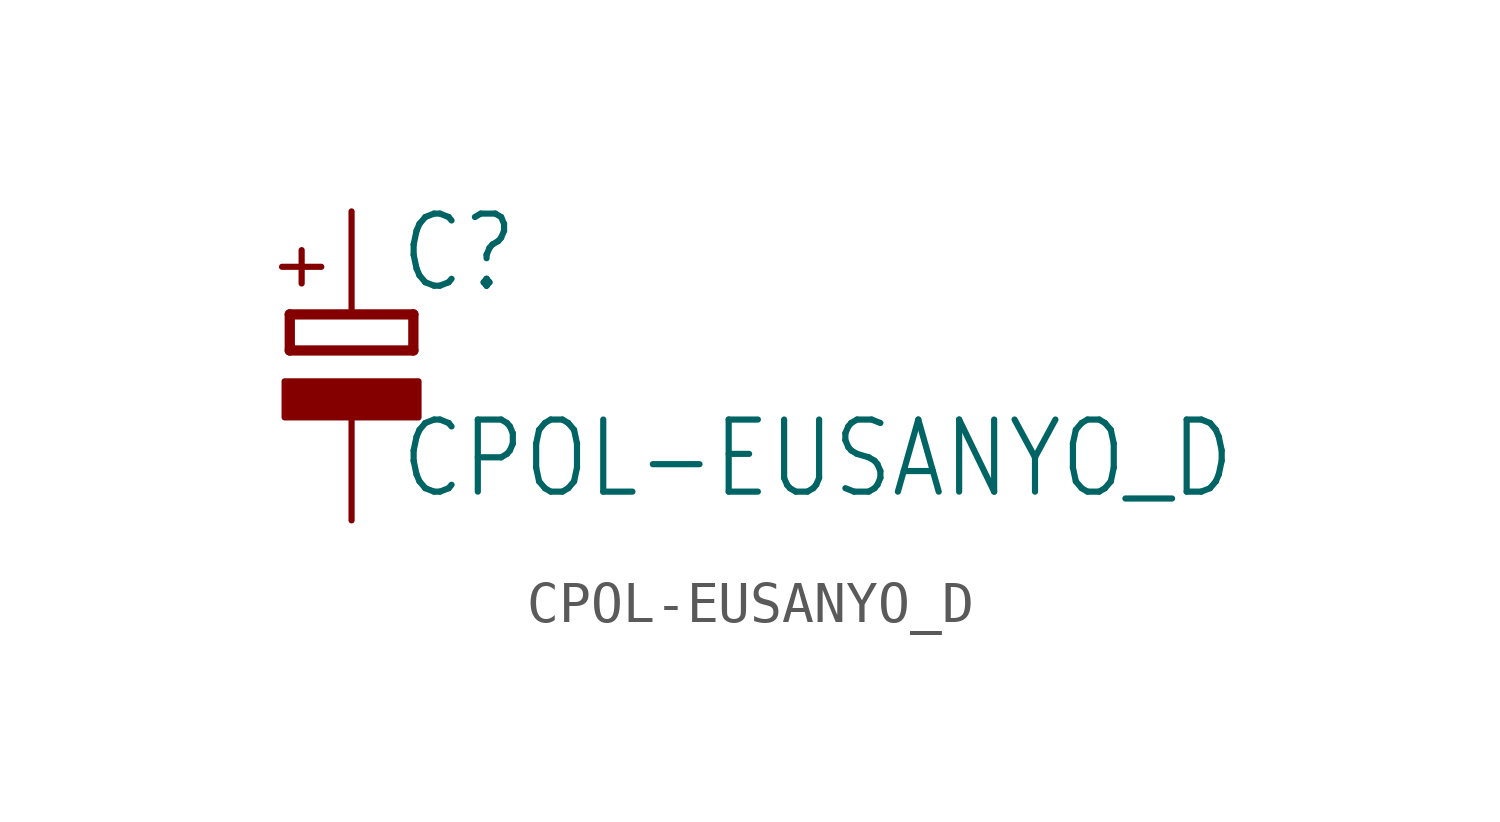
<source format=kicad_sym>
(kicad_symbol_lib
  (version 20211014)
  (generator kicad_symbol_editor)
  (symbol "CPOL-EUSANYO_D"
    (property "Reference" "C"
      (at 1.143 0.483 0)
      (effects (font (size 1.778 1.511)) (justify left bottom)))
    (property "Value" "CPOL-EUSANYO_D"
      (at 1.143 -4.597 0)
      (effects (font (size 1.778 1.511)) (justify left bottom)))
    (property "ki_locked" ""
      (at 0 0 0)
      (effects (font (size 1.27 1.27))))
    (symbol "CPOL-EUSANYO_D_1_0"
      (rectangle (start -1.651 -2.54) (end 1.651 -1.651) (stroke (width 0) (type default) (color 0 0 0 0)) (fill (type outline)))
      (polyline (pts (xy -1.524 -0.889) (xy 1.524 -0.889)) (stroke (width 0.254) (type default) (color 0 0 0 0)) (fill (type none)))
      (polyline (pts (xy -1.524 0) (xy -1.524 -0.889)) (stroke (width 0.254) (type default) (color 0 0 0 0)) (fill (type none)))
      (polyline (pts (xy -1.524 0) (xy 1.524 0)) (stroke (width 0.254) (type default) (color 0 0 0 0)) (fill (type none)))
      (polyline (pts (xy 1.524 -0.889) (xy 1.524 0)) (stroke (width 0.254) (type default) (color 0 0 0 0)) (fill (type none)))
      (text "+" (at -0.584 0.406 900) (effects (font (size 1.27 1.079)) (justify left bottom)))
      (pin passive line (at 0 2.54 270) (length 2.54) (name "+" (effects (font (size 0 0)))) (number "+" (effects (font (size 0 0)))))
      (pin passive line (at 0 -5.08 90) (length 2.54) (name "-" (effects (font (size 0 0)))) (number "-" (effects (font (size 0 0))))))))
</source>
